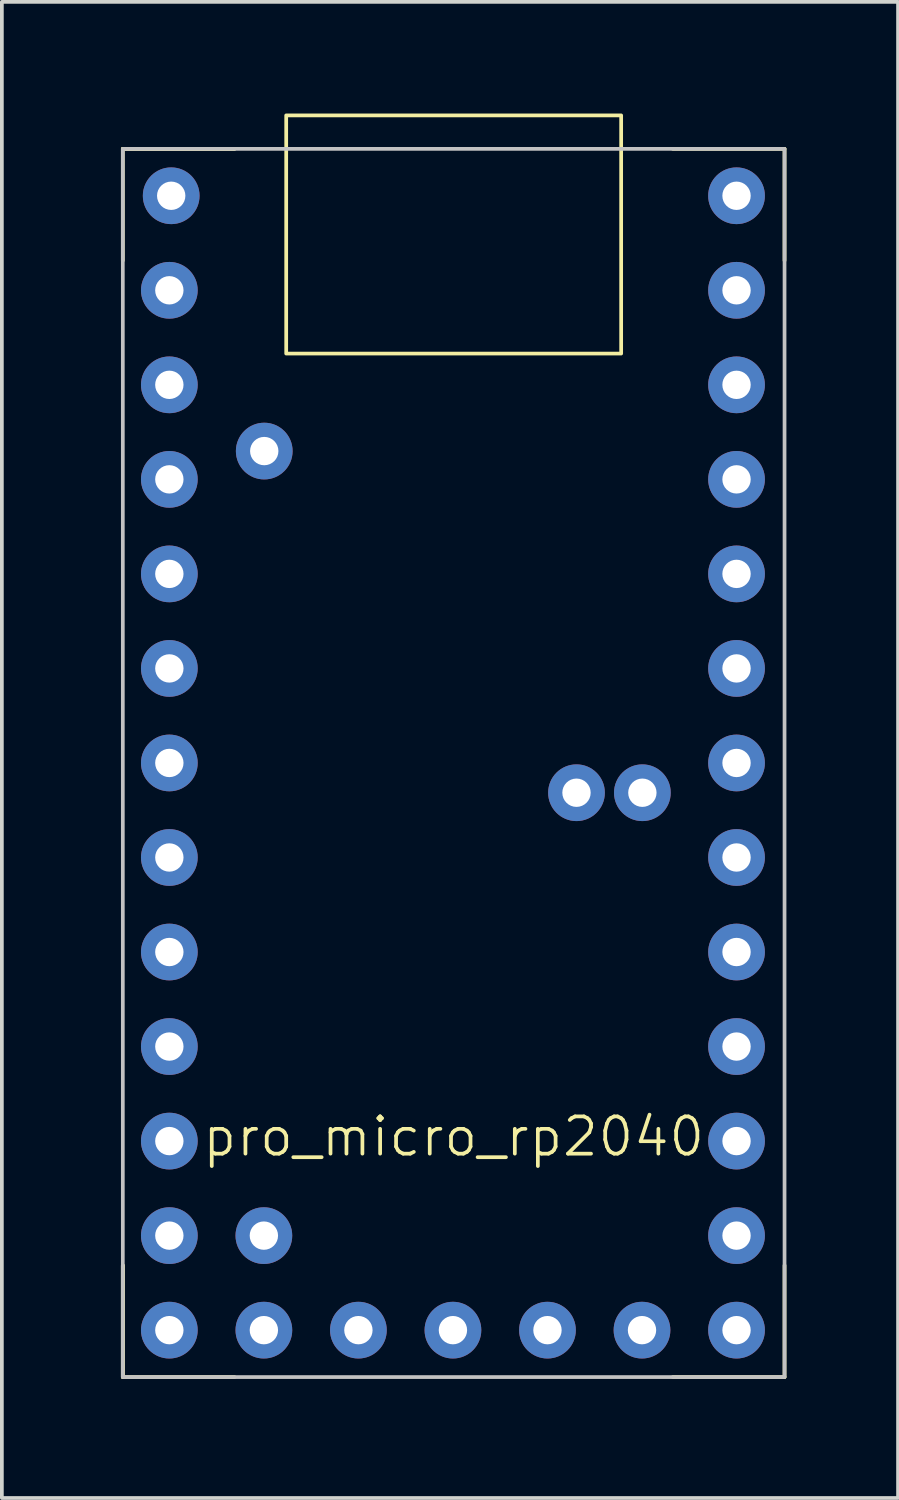
<source format=kicad_pcb>
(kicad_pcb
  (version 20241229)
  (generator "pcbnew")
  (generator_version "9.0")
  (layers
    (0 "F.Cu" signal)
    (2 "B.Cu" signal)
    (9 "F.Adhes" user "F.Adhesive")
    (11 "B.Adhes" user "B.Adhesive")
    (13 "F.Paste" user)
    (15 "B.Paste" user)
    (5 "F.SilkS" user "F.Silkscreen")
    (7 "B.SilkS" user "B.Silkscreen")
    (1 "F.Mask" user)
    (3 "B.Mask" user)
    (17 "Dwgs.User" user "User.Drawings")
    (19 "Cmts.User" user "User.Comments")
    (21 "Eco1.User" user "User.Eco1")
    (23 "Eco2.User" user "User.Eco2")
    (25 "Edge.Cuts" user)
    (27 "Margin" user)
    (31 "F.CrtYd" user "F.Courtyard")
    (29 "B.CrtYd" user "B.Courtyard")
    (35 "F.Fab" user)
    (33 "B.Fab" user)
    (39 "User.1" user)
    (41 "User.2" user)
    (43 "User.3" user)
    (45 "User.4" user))
  (footprint "pro_micro_rp2040"
    (layer "F.Cu")
    (at 0.25 33.95)
    (property "Reference" "pro_micro_rp2040" (at 8.89 -6.46 0) (unlocked yes) (layer "F.SilkS") (effects (font (size 1 1) (thickness 0.1))))
    (attr through_hole)
    (fp_line (start 0 -33) (end 0 -30) (stroke (width 0.1) (type default)) (layer "F.SilkS"))
    (fp_line (start 0 -33) (end 3 -33) (stroke (width 0.1) (type default)) (layer "F.SilkS"))
    (fp_line (start 0 -3) (end 0 0) (stroke (width 0.1) (type default)) (layer "F.SilkS"))
    (fp_line (start 0 0) (end 0 -3) (stroke (width 0.1) (type default)) (layer "F.SilkS"))
    (fp_line (start 0 0) (end 3 0) (stroke (width 0.1) (type default)) (layer "F.SilkS"))
    (fp_line (start 3 -33) (end 0 -33) (stroke (width 0.1) (type default)) (layer "F.SilkS"))
    (fp_line (start 17.78 -33) (end 14.78 -33) (stroke (width 0.1) (type default)) (layer "F.SilkS"))
    (fp_line (start 17.78 -33) (end 17.78 -30) (stroke (width 0.1) (type default)) (layer "F.SilkS"))
    (fp_line (start 17.78 0) (end 14.78 0) (stroke (width 0.1) (type default)) (layer "F.SilkS"))
    (fp_line (start 17.78 0) (end 17.78 -3) (stroke (width 0.1) (type default)) (layer "F.SilkS"))
    (fp_rect (start 4.39 -27.5) (end 13.39 -33.9) (stroke (width 0.1) (type default)) (fill no) (layer "F.SilkS"))
    (fp_rect (start 0 0) (end 17.78 -33) (stroke (width 0.1) (type default)) (fill no) (layer "Dwgs.User"))
    (pad "0" thru_hole circle (at 1.25 -29.2) (size 1.524 1.524) (drill 0.762) (layers "*.Cu" "*.Mask"))
    (pad "1" thru_hole circle (at 1.25 -26.66) (size 1.524 1.524) (drill 0.762) (layers "*.Cu" "*.Mask"))
    (pad "2" thru_hole circle (at 1.25 -19.04) (size 1.524 1.524) (drill 0.762) (layers "*.Cu" "*.Mask"))
    (pad "3" thru_hole circle (at 1.25 -16.5) (size 1.524 1.524) (drill 0.762) (layers "*.Cu" "*.Mask"))
    (pad "3V3" thru_hole circle (at 16.49 -21.58) (size 1.524 1.524) (drill 0.762) (layers "*.Cu" "*.Mask"))
    (pad "4" thru_hole circle (at 1.25 -13.96) (size 1.524 1.524) (drill 0.762) (layers "*.Cu" "*.Mask"))
    (pad "5" thru_hole circle (at 1.25 -11.42) (size 1.524 1.524) (drill 0.762) (layers "*.Cu" "*.Mask"))
    (pad "5V" thru_hole circle (at 16.49 -29.2) (size 1.524 1.524) (drill 0.762) (layers "*.Cu" "*.Mask"))
    (pad "6" thru_hole circle (at 1.25 -8.88) (size 1.524 1.524) (drill 0.762) (layers "*.Cu" "*.Mask"))
    (pad "7" thru_hole circle (at 1.25 -6.34) (size 1.524 1.524) (drill 0.762) (layers "*.Cu" "*.Mask"))
    (pad "8" thru_hole circle (at 1.25 -3.8) (size 1.524 1.524) (drill 0.762) (layers "*.Cu" "*.Mask"))
    (pad "9" thru_hole circle (at 1.25 -1.26) (size 1.524 1.524) (drill 0.762) (layers "*.Cu" "*.Mask"))
    (pad "10" thru_hole circle (at 1.3 -31.74) (size 1.524 1.524) (drill 0.762) (layers "*.Cu" "*.Mask"))
    (pad "11" thru_hole circle (at 16.49 -31.74) (size 1.524 1.524) (drill 0.762) (layers "*.Cu" "*.Mask"))
    (pad "12" thru_hole circle (at 3.79 -1.26) (size 1.524 1.524) (drill 0.762) (layers "*.Cu" "*.Mask"))
    (pad "13" thru_hole circle (at 6.33 -1.26) (size 1.524 1.524) (drill 0.762) (layers "*.Cu" "*.Mask"))
    (pad "14" thru_hole circle (at 8.87 -1.26) (size 1.524 1.524) (drill 0.762) (layers "*.Cu" "*.Mask"))
    (pad "15" thru_hole circle (at 11.41 -1.26) (size 1.524 1.524) (drill 0.762) (layers "*.Cu" "*.Mask"))
    (pad "16" thru_hole circle (at 13.95 -1.26) (size 1.524 1.524) (drill 0.762) (layers "*.Cu" "*.Mask"))
    (pad "18" thru_hole circle (at 12.19 -15.7) (size 1.524 1.524) (drill 0.762) (layers "*.Cu" "*.Mask"))
    (pad "20" thru_hole circle (at 16.49 -6.34) (size 1.524 1.524) (drill 0.762) (layers "*.Cu" "*.Mask"))
    (pad "21" thru_hole circle (at 16.49 -1.26) (size 1.524 1.524) (drill 0.762) (layers "*.Cu" "*.Mask"))
    (pad "22" thru_hole circle (at 16.49 -8.88) (size 1.524 1.524) (drill 0.762) (layers "*.Cu" "*.Mask"))
    (pad "23" thru_hole circle (at 16.49 -3.8) (size 1.524 1.524) (drill 0.762) (layers "*.Cu" "*.Mask"))
    (pad "24" thru_hole circle (at 13.96 -15.7) (size 1.524 1.524) (drill 0.762) (layers "*.Cu" "*.Mask"))
    (pad "25" thru_hole circle (at 3.79 -3.8) (size 1.524 1.524) (drill 0.762) (layers "*.Cu" "*.Mask"))
    (pad "26" thru_hole circle (at 16.49 -11.42) (size 1.524 1.524) (drill 0.762) (layers "*.Cu" "*.Mask"))
    (pad "27" thru_hole circle (at 16.49 -13.96) (size 1.524 1.524) (drill 0.762) (layers "*.Cu" "*.Mask"))
    (pad "28" thru_hole circle (at 16.49 -16.5) (size 1.524 1.524) (drill 0.762) (layers "*.Cu" "*.Mask"))
    (pad "29" thru_hole circle (at 16.49 -19.04) (size 1.524 1.524) (drill 0.762) (layers "*.Cu" "*.Mask"))
    (pad "BOOT" thru_hole circle (at 3.8 -24.88) (size 1.524 1.524) (drill 0.762) (layers "*.Cu" "*.Mask"))
    (pad "GND" thru_hole circle (at 1.25 -24.12) (size 1.524 1.524) (drill 0.762) (layers "*.Cu" "*.Mask"))
    (pad "GND" thru_hole circle (at 1.25 -21.58) (size 1.524 1.524) (drill 0.762) (layers "*.Cu" "*.Mask"))
    (pad "GND" thru_hole circle (at 16.49 -26.66) (size 1.524 1.524) (drill 0.762) (layers "*.Cu" "*.Mask"))
    (pad "RST" thru_hole circle (at 16.49 -24.12) (size 1.524 1.524) (drill 0.762) (layers "*.Cu" "*.Mask")))
  (gr_rect
    (start -3 -3)
    (end 21.08 37.2)
    (stroke (width 0.1) (type default))
    (fill no)
    (layer "Edge.Cuts")))
</source>
